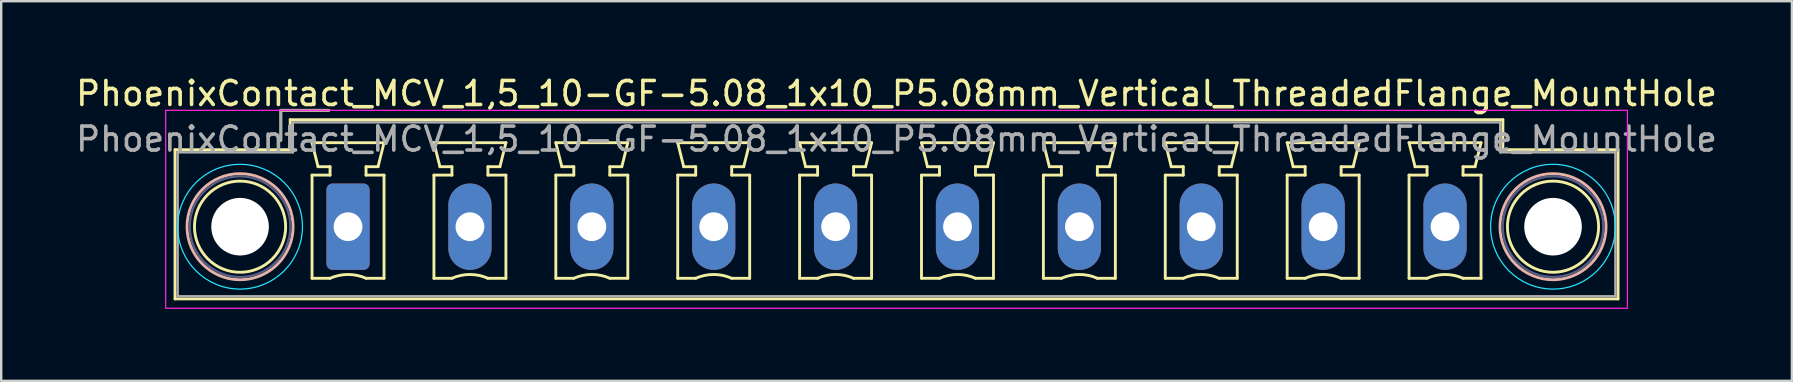
<source format=kicad_pcb>
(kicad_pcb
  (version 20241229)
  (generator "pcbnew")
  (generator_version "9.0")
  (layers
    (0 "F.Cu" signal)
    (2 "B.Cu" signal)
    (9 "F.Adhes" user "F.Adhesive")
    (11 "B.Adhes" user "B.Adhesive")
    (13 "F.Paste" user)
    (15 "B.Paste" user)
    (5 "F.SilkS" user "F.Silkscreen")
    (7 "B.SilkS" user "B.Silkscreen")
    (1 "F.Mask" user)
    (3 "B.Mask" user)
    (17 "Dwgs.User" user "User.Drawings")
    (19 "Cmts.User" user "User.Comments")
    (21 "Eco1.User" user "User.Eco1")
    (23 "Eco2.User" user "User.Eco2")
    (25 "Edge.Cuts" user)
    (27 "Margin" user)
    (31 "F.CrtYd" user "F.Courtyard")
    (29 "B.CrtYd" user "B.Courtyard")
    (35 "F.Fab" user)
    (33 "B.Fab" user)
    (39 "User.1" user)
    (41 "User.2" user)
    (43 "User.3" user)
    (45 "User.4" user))
  (footprint "PhoenixContact_MCV_1,5_10-GF-5.08_1x10_P5.08mm_Vertical_ThreadedFlange_MountHole"
    (layer "F.Cu")
    (at 11.455 6.398)
    (property "Reference" "PhoenixContact_MCV_1,5_10-GF-5.08_1x10_P5.08mm_Vertical_ThreadedFlange_MountHole" (at 22.86 -5.55 0) (layer "F.SilkS") (effects (font (size 1 1) (thickness 0.15))))
    (attr through_hole)
    (fp_line (start -7.21 -3.21) (end -7.21 3.01) (stroke (width 0.12) (type solid)) (layer "F.SilkS"))
    (fp_line (start -7.21 3.01) (end 52.93 3.01) (stroke (width 0.12) (type solid)) (layer "F.SilkS"))
    (fp_line (start -2.8 -4.85) (end -0.8 -4.85) (stroke (width 0.12) (type solid)) (layer "F.SilkS"))
    (fp_line (start -2.8 -3.6) (end -2.8 -4.85) (stroke (width 0.12) (type solid)) (layer "F.SilkS"))
    (fp_line (start -2.41 -4.46) (end -2.41 -3.21) (stroke (width 0.12) (type solid)) (layer "F.SilkS"))
    (fp_line (start -2.41 -3.21) (end -7.21 -3.21) (stroke (width 0.12) (type solid)) (layer "F.SilkS"))
    (fp_line (start -1.5 -3.5) (end 1.5 -3.5) (stroke (width 0.12) (type solid)) (layer "F.SilkS"))
    (fp_line (start -1.5 -2.15) (end -0.75 -2.15) (stroke (width 0.12) (type solid)) (layer "F.SilkS"))
    (fp_line (start -1.5 2.15) (end -1.5 -2.15) (stroke (width 0.12) (type solid)) (layer "F.SilkS"))
    (fp_line (start -1.25 -2.5) (end -1.5 -3.5) (stroke (width 0.12) (type solid)) (layer "F.SilkS"))
    (fp_line (start -0.75 -2.5) (end -1.25 -2.5) (stroke (width 0.12) (type solid)) (layer "F.SilkS"))
    (fp_line (start -0.75 -2.15) (end -0.75 -2.5) (stroke (width 0.12) (type solid)) (layer "F.SilkS"))
    (fp_line (start -0.75 2.15) (end -1.5 2.15) (stroke (width 0.12) (type solid)) (layer "F.SilkS"))
    (fp_line (start 0.75 -2.5) (end 0.75 -2.15) (stroke (width 0.12) (type solid)) (layer "F.SilkS"))
    (fp_line (start 0.75 -2.15) (end 1.5 -2.15) (stroke (width 0.12) (type solid)) (layer "F.SilkS"))
    (fp_line (start 1.25 -2.5) (end 0.75 -2.5) (stroke (width 0.12) (type solid)) (layer "F.SilkS"))
    (fp_line (start 1.5 -3.5) (end 1.25 -2.5) (stroke (width 0.12) (type solid)) (layer "F.SilkS"))
    (fp_line (start 1.5 -2.15) (end 1.5 2.15) (stroke (width 0.12) (type solid)) (layer "F.SilkS"))
    (fp_line (start 1.5 2.15) (end 0.75 2.15) (stroke (width 0.12) (type solid)) (layer "F.SilkS"))
    (fp_line (start 3.58 -3.5) (end 6.58 -3.5) (stroke (width 0.12) (type solid)) (layer "F.SilkS"))
    (fp_line (start 3.58 -2.15) (end 4.33 -2.15) (stroke (width 0.12) (type solid)) (layer "F.SilkS"))
    (fp_line (start 3.58 2.15) (end 3.58 -2.15) (stroke (width 0.12) (type solid)) (layer "F.SilkS"))
    (fp_line (start 3.83 -2.5) (end 3.58 -3.5) (stroke (width 0.12) (type solid)) (layer "F.SilkS"))
    (fp_line (start 4.33 -2.5) (end 3.83 -2.5) (stroke (width 0.12) (type solid)) (layer "F.SilkS"))
    (fp_line (start 4.33 -2.15) (end 4.33 -2.5) (stroke (width 0.12) (type solid)) (layer "F.SilkS"))
    (fp_line (start 4.33 2.15) (end 3.58 2.15) (stroke (width 0.12) (type solid)) (layer "F.SilkS"))
    (fp_line (start 5.83 -2.5) (end 5.83 -2.15) (stroke (width 0.12) (type solid)) (layer "F.SilkS"))
    (fp_line (start 5.83 -2.15) (end 6.58 -2.15) (stroke (width 0.12) (type solid)) (layer "F.SilkS"))
    (fp_line (start 6.33 -2.5) (end 5.83 -2.5) (stroke (width 0.12) (type solid)) (layer "F.SilkS"))
    (fp_line (start 6.58 -3.5) (end 6.33 -2.5) (stroke (width 0.12) (type solid)) (layer "F.SilkS"))
    (fp_line (start 6.58 -2.15) (end 6.58 2.15) (stroke (width 0.12) (type solid)) (layer "F.SilkS"))
    (fp_line (start 6.58 2.15) (end 5.83 2.15) (stroke (width 0.12) (type solid)) (layer "F.SilkS"))
    (fp_line (start 8.66 -3.5) (end 11.66 -3.5) (stroke (width 0.12) (type solid)) (layer "F.SilkS"))
    (fp_line (start 8.66 -2.15) (end 9.41 -2.15) (stroke (width 0.12) (type solid)) (layer "F.SilkS"))
    (fp_line (start 8.66 2.15) (end 8.66 -2.15) (stroke (width 0.12) (type solid)) (layer "F.SilkS"))
    (fp_line (start 8.91 -2.5) (end 8.66 -3.5) (stroke (width 0.12) (type solid)) (layer "F.SilkS"))
    (fp_line (start 9.41 -2.5) (end 8.91 -2.5) (stroke (width 0.12) (type solid)) (layer "F.SilkS"))
    (fp_line (start 9.41 -2.15) (end 9.41 -2.5) (stroke (width 0.12) (type solid)) (layer "F.SilkS"))
    (fp_line (start 9.41 2.15) (end 8.66 2.15) (stroke (width 0.12) (type solid)) (layer "F.SilkS"))
    (fp_line (start 10.91 -2.5) (end 10.91 -2.15) (stroke (width 0.12) (type solid)) (layer "F.SilkS"))
    (fp_line (start 10.91 -2.15) (end 11.66 -2.15) (stroke (width 0.12) (type solid)) (layer "F.SilkS"))
    (fp_line (start 11.41 -2.5) (end 10.91 -2.5) (stroke (width 0.12) (type solid)) (layer "F.SilkS"))
    (fp_line (start 11.66 -3.5) (end 11.41 -2.5) (stroke (width 0.12) (type solid)) (layer "F.SilkS"))
    (fp_line (start 11.66 -2.15) (end 11.66 2.15) (stroke (width 0.12) (type solid)) (layer "F.SilkS"))
    (fp_line (start 11.66 2.15) (end 10.91 2.15) (stroke (width 0.12) (type solid)) (layer "F.SilkS"))
    (fp_line (start 13.74 -3.5) (end 16.74 -3.5) (stroke (width 0.12) (type solid)) (layer "F.SilkS"))
    (fp_line (start 13.74 -2.15) (end 14.49 -2.15) (stroke (width 0.12) (type solid)) (layer "F.SilkS"))
    (fp_line (start 13.74 2.15) (end 13.74 -2.15) (stroke (width 0.12) (type solid)) (layer "F.SilkS"))
    (fp_line (start 13.99 -2.5) (end 13.74 -3.5) (stroke (width 0.12) (type solid)) (layer "F.SilkS"))
    (fp_line (start 14.49 -2.5) (end 13.99 -2.5) (stroke (width 0.12) (type solid)) (layer "F.SilkS"))
    (fp_line (start 14.49 -2.15) (end 14.49 -2.5) (stroke (width 0.12) (type solid)) (layer "F.SilkS"))
    (fp_line (start 14.49 2.15) (end 13.74 2.15) (stroke (width 0.12) (type solid)) (layer "F.SilkS"))
    (fp_line (start 15.99 -2.5) (end 15.99 -2.15) (stroke (width 0.12) (type solid)) (layer "F.SilkS"))
    (fp_line (start 15.99 -2.15) (end 16.74 -2.15) (stroke (width 0.12) (type solid)) (layer "F.SilkS"))
    (fp_line (start 16.49 -2.5) (end 15.99 -2.5) (stroke (width 0.12) (type solid)) (layer "F.SilkS"))
    (fp_line (start 16.74 -3.5) (end 16.49 -2.5) (stroke (width 0.12) (type solid)) (layer "F.SilkS"))
    (fp_line (start 16.74 -2.15) (end 16.74 2.15) (stroke (width 0.12) (type solid)) (layer "F.SilkS"))
    (fp_line (start 16.74 2.15) (end 15.99 2.15) (stroke (width 0.12) (type solid)) (layer "F.SilkS"))
    (fp_line (start 18.82 -3.5) (end 21.82 -3.5) (stroke (width 0.12) (type solid)) (layer "F.SilkS"))
    (fp_line (start 18.82 -2.15) (end 19.57 -2.15) (stroke (width 0.12) (type solid)) (layer "F.SilkS"))
    (fp_line (start 18.82 2.15) (end 18.82 -2.15) (stroke (width 0.12) (type solid)) (layer "F.SilkS"))
    (fp_line (start 19.07 -2.5) (end 18.82 -3.5) (stroke (width 0.12) (type solid)) (layer "F.SilkS"))
    (fp_line (start 19.57 -2.5) (end 19.07 -2.5) (stroke (width 0.12) (type solid)) (layer "F.SilkS"))
    (fp_line (start 19.57 -2.15) (end 19.57 -2.5) (stroke (width 0.12) (type solid)) (layer "F.SilkS"))
    (fp_line (start 19.57 2.15) (end 18.82 2.15) (stroke (width 0.12) (type solid)) (layer "F.SilkS"))
    (fp_line (start 21.07 -2.5) (end 21.07 -2.15) (stroke (width 0.12) (type solid)) (layer "F.SilkS"))
    (fp_line (start 21.07 -2.15) (end 21.82 -2.15) (stroke (width 0.12) (type solid)) (layer "F.SilkS"))
    (fp_line (start 21.57 -2.5) (end 21.07 -2.5) (stroke (width 0.12) (type solid)) (layer "F.SilkS"))
    (fp_line (start 21.82 -3.5) (end 21.57 -2.5) (stroke (width 0.12) (type solid)) (layer "F.SilkS"))
    (fp_line (start 21.82 -2.15) (end 21.82 2.15) (stroke (width 0.12) (type solid)) (layer "F.SilkS"))
    (fp_line (start 21.82 2.15) (end 21.07 2.15) (stroke (width 0.12) (type solid)) (layer "F.SilkS"))
    (fp_line (start 23.9 -3.5) (end 26.9 -3.5) (stroke (width 0.12) (type solid)) (layer "F.SilkS"))
    (fp_line (start 23.9 -2.15) (end 24.65 -2.15) (stroke (width 0.12) (type solid)) (layer "F.SilkS"))
    (fp_line (start 23.9 2.15) (end 23.9 -2.15) (stroke (width 0.12) (type solid)) (layer "F.SilkS"))
    (fp_line (start 24.15 -2.5) (end 23.9 -3.5) (stroke (width 0.12) (type solid)) (layer "F.SilkS"))
    (fp_line (start 24.65 -2.5) (end 24.15 -2.5) (stroke (width 0.12) (type solid)) (layer "F.SilkS"))
    (fp_line (start 24.65 -2.15) (end 24.65 -2.5) (stroke (width 0.12) (type solid)) (layer "F.SilkS"))
    (fp_line (start 24.65 2.15) (end 23.9 2.15) (stroke (width 0.12) (type solid)) (layer "F.SilkS"))
    (fp_line (start 26.15 -2.5) (end 26.15 -2.15) (stroke (width 0.12) (type solid)) (layer "F.SilkS"))
    (fp_line (start 26.15 -2.15) (end 26.9 -2.15) (stroke (width 0.12) (type solid)) (layer "F.SilkS"))
    (fp_line (start 26.65 -2.5) (end 26.15 -2.5) (stroke (width 0.12) (type solid)) (layer "F.SilkS"))
    (fp_line (start 26.9 -3.5) (end 26.65 -2.5) (stroke (width 0.12) (type solid)) (layer "F.SilkS"))
    (fp_line (start 26.9 -2.15) (end 26.9 2.15) (stroke (width 0.12) (type solid)) (layer "F.SilkS"))
    (fp_line (start 26.9 2.15) (end 26.15 2.15) (stroke (width 0.12) (type solid)) (layer "F.SilkS"))
    (fp_line (start 28.98 -3.5) (end 31.98 -3.5) (stroke (width 0.12) (type solid)) (layer "F.SilkS"))
    (fp_line (start 28.98 -2.15) (end 29.73 -2.15) (stroke (width 0.12) (type solid)) (layer "F.SilkS"))
    (fp_line (start 28.98 2.15) (end 28.98 -2.15) (stroke (width 0.12) (type solid)) (layer "F.SilkS"))
    (fp_line (start 29.23 -2.5) (end 28.98 -3.5) (stroke (width 0.12) (type solid)) (layer "F.SilkS"))
    (fp_line (start 29.73 -2.5) (end 29.23 -2.5) (stroke (width 0.12) (type solid)) (layer "F.SilkS"))
    (fp_line (start 29.73 -2.15) (end 29.73 -2.5) (stroke (width 0.12) (type solid)) (layer "F.SilkS"))
    (fp_line (start 29.73 2.15) (end 28.98 2.15) (stroke (width 0.12) (type solid)) (layer "F.SilkS"))
    (fp_line (start 31.23 -2.5) (end 31.23 -2.15) (stroke (width 0.12) (type solid)) (layer "F.SilkS"))
    (fp_line (start 31.23 -2.15) (end 31.98 -2.15) (stroke (width 0.12) (type solid)) (layer "F.SilkS"))
    (fp_line (start 31.73 -2.5) (end 31.23 -2.5) (stroke (width 0.12) (type solid)) (layer "F.SilkS"))
    (fp_line (start 31.98 -3.5) (end 31.73 -2.5) (stroke (width 0.12) (type solid)) (layer "F.SilkS"))
    (fp_line (start 31.98 -2.15) (end 31.98 2.15) (stroke (width 0.12) (type solid)) (layer "F.SilkS"))
    (fp_line (start 31.98 2.15) (end 31.23 2.15) (stroke (width 0.12) (type solid)) (layer "F.SilkS"))
    (fp_line (start 34.06 -3.5) (end 37.06 -3.5) (stroke (width 0.12) (type solid)) (layer "F.SilkS"))
    (fp_line (start 34.06 -2.15) (end 34.81 -2.15) (stroke (width 0.12) (type solid)) (layer "F.SilkS"))
    (fp_line (start 34.06 2.15) (end 34.06 -2.15) (stroke (width 0.12) (type solid)) (layer "F.SilkS"))
    (fp_line (start 34.31 -2.5) (end 34.06 -3.5) (stroke (width 0.12) (type solid)) (layer "F.SilkS"))
    (fp_line (start 34.81 -2.5) (end 34.31 -2.5) (stroke (width 0.12) (type solid)) (layer "F.SilkS"))
    (fp_line (start 34.81 -2.15) (end 34.81 -2.5) (stroke (width 0.12) (type solid)) (layer "F.SilkS"))
    (fp_line (start 34.81 2.15) (end 34.06 2.15) (stroke (width 0.12) (type solid)) (layer "F.SilkS"))
    (fp_line (start 36.31 -2.5) (end 36.31 -2.15) (stroke (width 0.12) (type solid)) (layer "F.SilkS"))
    (fp_line (start 36.31 -2.15) (end 37.06 -2.15) (stroke (width 0.12) (type solid)) (layer "F.SilkS"))
    (fp_line (start 36.81 -2.5) (end 36.31 -2.5) (stroke (width 0.12) (type solid)) (layer "F.SilkS"))
    (fp_line (start 37.06 -3.5) (end 36.81 -2.5) (stroke (width 0.12) (type solid)) (layer "F.SilkS"))
    (fp_line (start 37.06 -2.15) (end 37.06 2.15) (stroke (width 0.12) (type solid)) (layer "F.SilkS"))
    (fp_line (start 37.06 2.15) (end 36.31 2.15) (stroke (width 0.12) (type solid)) (layer "F.SilkS"))
    (fp_line (start 39.14 -3.5) (end 42.14 -3.5) (stroke (width 0.12) (type solid)) (layer "F.SilkS"))
    (fp_line (start 39.14 -2.15) (end 39.89 -2.15) (stroke (width 0.12) (type solid)) (layer "F.SilkS"))
    (fp_line (start 39.14 2.15) (end 39.14 -2.15) (stroke (width 0.12) (type solid)) (layer "F.SilkS"))
    (fp_line (start 39.39 -2.5) (end 39.14 -3.5) (stroke (width 0.12) (type solid)) (layer "F.SilkS"))
    (fp_line (start 39.89 -2.5) (end 39.39 -2.5) (stroke (width 0.12) (type solid)) (layer "F.SilkS"))
    (fp_line (start 39.89 -2.15) (end 39.89 -2.5) (stroke (width 0.12) (type solid)) (layer "F.SilkS"))
    (fp_line (start 39.89 2.15) (end 39.14 2.15) (stroke (width 0.12) (type solid)) (layer "F.SilkS"))
    (fp_line (start 41.39 -2.5) (end 41.39 -2.15) (stroke (width 0.12) (type solid)) (layer "F.SilkS"))
    (fp_line (start 41.39 -2.15) (end 42.14 -2.15) (stroke (width 0.12) (type solid)) (layer "F.SilkS"))
    (fp_line (start 41.89 -2.5) (end 41.39 -2.5) (stroke (width 0.12) (type solid)) (layer "F.SilkS"))
    (fp_line (start 42.14 -3.5) (end 41.89 -2.5) (stroke (width 0.12) (type solid)) (layer "F.SilkS"))
    (fp_line (start 42.14 -2.15) (end 42.14 2.15) (stroke (width 0.12) (type solid)) (layer "F.SilkS"))
    (fp_line (start 42.14 2.15) (end 41.39 2.15) (stroke (width 0.12) (type solid)) (layer "F.SilkS"))
    (fp_line (start 44.22 -3.5) (end 47.22 -3.5) (stroke (width 0.12) (type solid)) (layer "F.SilkS"))
    (fp_line (start 44.22 -2.15) (end 44.97 -2.15) (stroke (width 0.12) (type solid)) (layer "F.SilkS"))
    (fp_line (start 44.22 2.15) (end 44.22 -2.15) (stroke (width 0.12) (type solid)) (layer "F.SilkS"))
    (fp_line (start 44.47 -2.5) (end 44.22 -3.5) (stroke (width 0.12) (type solid)) (layer "F.SilkS"))
    (fp_line (start 44.97 -2.5) (end 44.47 -2.5) (stroke (width 0.12) (type solid)) (layer "F.SilkS"))
    (fp_line (start 44.97 -2.15) (end 44.97 -2.5) (stroke (width 0.12) (type solid)) (layer "F.SilkS"))
    (fp_line (start 44.97 2.15) (end 44.22 2.15) (stroke (width 0.12) (type solid)) (layer "F.SilkS"))
    (fp_line (start 46.47 -2.5) (end 46.47 -2.15) (stroke (width 0.12) (type solid)) (layer "F.SilkS"))
    (fp_line (start 46.47 -2.15) (end 47.22 -2.15) (stroke (width 0.12) (type solid)) (layer "F.SilkS"))
    (fp_line (start 46.97 -2.5) (end 46.47 -2.5) (stroke (width 0.12) (type solid)) (layer "F.SilkS"))
    (fp_line (start 47.22 -3.5) (end 46.97 -2.5) (stroke (width 0.12) (type solid)) (layer "F.SilkS"))
    (fp_line (start 47.22 -2.15) (end 47.22 2.15) (stroke (width 0.12) (type solid)) (layer "F.SilkS"))
    (fp_line (start 47.22 2.15) (end 46.47 2.15) (stroke (width 0.12) (type solid)) (layer "F.SilkS"))
    (fp_line (start 48.13 -4.46) (end -2.41 -4.46) (stroke (width 0.12) (type solid)) (layer "F.SilkS"))
    (fp_line (start 48.13 -3.21) (end 48.13 -4.46) (stroke (width 0.12) (type solid)) (layer "F.SilkS"))
    (fp_line (start 52.93 -3.21) (end 48.13 -3.21) (stroke (width 0.12) (type solid)) (layer "F.SilkS"))
    (fp_line (start 52.93 3.01) (end 52.93 -3.21) (stroke (width 0.12) (type solid)) (layer "F.SilkS"))
    (fp_arc (start -0.75 2.15) (mid -0.000193 1.99191) (end 0.749647 2.149844) (stroke (width 0.12) (type solid)) (layer "F.SilkS"))
    (fp_arc (start 4.33 2.15) (mid 5.079807 1.99191) (end 5.829647 2.149844) (stroke (width 0.12) (type solid)) (layer "F.SilkS"))
    (fp_arc (start 9.41 2.15) (mid 10.159807 1.99191) (end 10.909647 2.149844) (stroke (width 0.12) (type solid)) (layer "F.SilkS"))
    (fp_arc (start 14.49 2.15) (mid 15.239807 1.99191) (end 15.989647 2.149844) (stroke (width 0.12) (type solid)) (layer "F.SilkS"))
    (fp_arc (start 19.57 2.15) (mid 20.319807 1.99191) (end 21.069647 2.149844) (stroke (width 0.12) (type solid)) (layer "F.SilkS"))
    (fp_arc (start 24.65 2.15) (mid 25.399807 1.99191) (end 26.149647 2.149844) (stroke (width 0.12) (type solid)) (layer "F.SilkS"))
    (fp_arc (start 29.73 2.15) (mid 30.479807 1.99191) (end 31.229647 2.149844) (stroke (width 0.12) (type solid)) (layer "F.SilkS"))
    (fp_arc (start 34.81 2.15) (mid 35.559807 1.99191) (end 36.309647 2.149844) (stroke (width 0.12) (type solid)) (layer "F.SilkS"))
    (fp_arc (start 39.89 2.15) (mid 40.639807 1.99191) (end 41.389647 2.149844) (stroke (width 0.12) (type solid)) (layer "F.SilkS"))
    (fp_arc (start 44.97 2.15) (mid 45.719807 1.99191) (end 46.469647 2.149844) (stroke (width 0.12) (type solid)) (layer "F.SilkS"))
    (fp_circle (center -4.5 0) (end -2.6 0) (stroke (width 0.12) (type solid)) (fill no) (layer "F.SilkS"))
    (fp_circle (center 50.22 0) (end 52.12 0) (stroke (width 0.12) (type solid)) (fill no) (layer "F.SilkS"))
    (fp_circle (center -4.5 0) (end -2.29 0) (stroke (width 0.12) (type solid)) (fill no) (layer "B.SilkS"))
    (fp_circle (center 50.22 0) (end 52.43 0) (stroke (width 0.12) (type solid)) (fill no) (layer "B.SilkS"))
    (fp_circle (center -4.5 0) (end -1.9 0) (stroke (width 0.05) (type solid)) (fill no) (layer "B.CrtYd"))
    (fp_circle (center 50.22 0) (end 52.82 0) (stroke (width 0.05) (type solid)) (fill no) (layer "B.CrtYd"))
    (fp_line (start -7.6 -4.85) (end -7.6 3.4) (stroke (width 0.05) (type solid)) (layer "F.CrtYd"))
    (fp_line (start -7.6 3.4) (end 53.32 3.4) (stroke (width 0.05) (type solid)) (layer "F.CrtYd"))
    (fp_line (start 53.32 -4.85) (end -7.6 -4.85) (stroke (width 0.05) (type solid)) (layer "F.CrtYd"))
    (fp_line (start 53.32 3.4) (end 53.32 -4.85) (stroke (width 0.05) (type solid)) (layer "F.CrtYd"))
    (fp_circle (center -4.5 0) (end -2.4 0) (stroke (width 0.1) (type solid)) (fill no) (layer "B.Fab"))
    (fp_circle (center 50.22 0) (end 52.32 0) (stroke (width 0.1) (type solid)) (fill no) (layer "B.Fab"))
    (fp_line (start -7.1 -3.1) (end -7.1 2.9) (stroke (width 0.1) (type solid)) (layer "F.Fab"))
    (fp_line (start -7.1 2.9) (end 52.82 2.9) (stroke (width 0.1) (type solid)) (layer "F.Fab"))
    (fp_line (start -2.8 -4.85) (end -0.8 -4.85) (stroke (width 0.1) (type solid)) (layer "F.Fab"))
    (fp_line (start -2.8 -3.6) (end -2.8 -4.85) (stroke (width 0.1) (type solid)) (layer "F.Fab"))
    (fp_line (start -2.3 -4.35) (end -2.3 -3.1) (stroke (width 0.1) (type solid)) (layer "F.Fab"))
    (fp_line (start -2.3 -3.1) (end -7.1 -3.1) (stroke (width 0.1) (type solid)) (layer "F.Fab"))
    (fp_line (start 48.02 -4.35) (end -2.3 -4.35) (stroke (width 0.1) (type solid)) (layer "F.Fab"))
    (fp_line (start 48.02 -3.1) (end 48.02 -4.35) (stroke (width 0.1) (type solid)) (layer "F.Fab"))
    (fp_line (start 52.82 -3.1) (end 48.02 -3.1) (stroke (width 0.1) (type solid)) (layer "F.Fab"))
    (fp_line (start 52.82 2.9) (end 52.82 -3.1) (stroke (width 0.1) (type solid)) (layer "F.Fab"))
    (fp_text user "${REFERENCE}" (at 22.86 -3.65 0) (layer "F.Fab") (effects (font (size 1 1) (thickness 0.15))))
    (pad "" np_thru_hole circle (at -4.5 0) (size 2.4 2.4) (drill 2.4) (layers "*.Cu" "*.Mask"))
    (pad "" np_thru_hole circle (at 50.22 0) (size 2.4 2.4) (drill 2.4) (layers "*.Cu" "*.Mask"))
    (pad "1" thru_hole roundrect (at 0 0) (size 1.8 3.6) (drill 1.2) (layers "*.Cu" "*.Mask") (roundrect_rratio 0.139))
    (pad "2" thru_hole oval (at 5.08 0) (size 1.8 3.6) (drill 1.2) (layers "*.Cu" "*.Mask"))
    (pad "3" thru_hole oval (at 10.16 0) (size 1.8 3.6) (drill 1.2) (layers "*.Cu" "*.Mask"))
    (pad "4" thru_hole oval (at 15.24 0) (size 1.8 3.6) (drill 1.2) (layers "*.Cu" "*.Mask"))
    (pad "5" thru_hole oval (at 20.32 0) (size 1.8 3.6) (drill 1.2) (layers "*.Cu" "*.Mask"))
    (pad "6" thru_hole oval (at 25.4 0) (size 1.8 3.6) (drill 1.2) (layers "*.Cu" "*.Mask"))
    (pad "7" thru_hole oval (at 30.48 0) (size 1.8 3.6) (drill 1.2) (layers "*.Cu" "*.Mask"))
    (pad "8" thru_hole oval (at 35.56 0) (size 1.8 3.6) (drill 1.2) (layers "*.Cu" "*.Mask"))
    (pad "9" thru_hole oval (at 40.64 0) (size 1.8 3.6) (drill 1.2) (layers "*.Cu" "*.Mask"))
    (pad "10" thru_hole oval (at 45.72 0) (size 1.8 3.6) (drill 1.2) (layers "*.Cu" "*.Mask")))
  (gr_rect
    (start -3 -3)
    (end 71.631 12.823)
    (stroke (width 0.1) (type default))
    (fill no)
    (layer "Edge.Cuts")))
</source>
